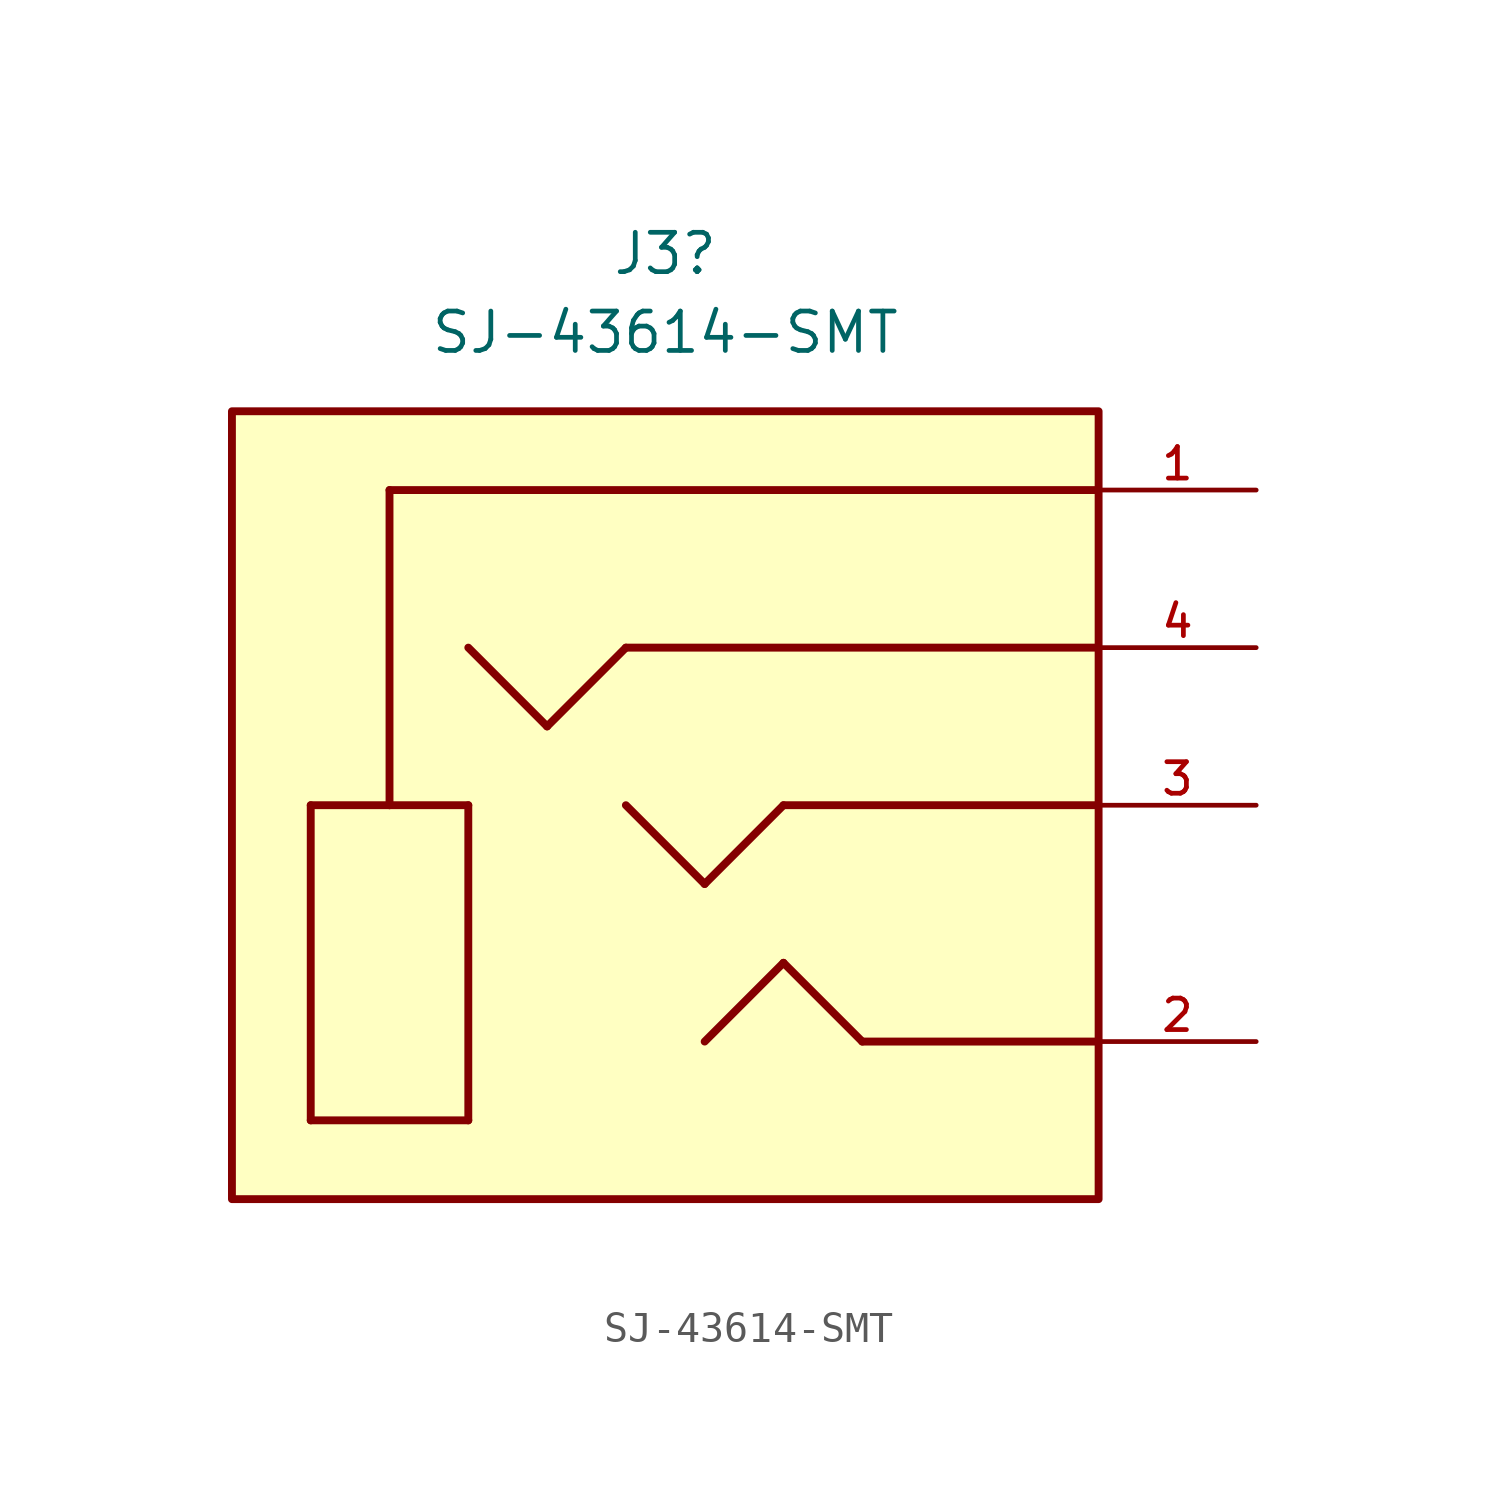
<source format=kicad_sym>
(kicad_symbol_lib
  (version 20231120)
  (generator "kicad_symbol_editor")
  (generator_version "8.0")
  (symbol "SJ-43614-SMT"
    (pin_names
      (offset 1.016))
    (property "Reference" "J3"
      (at -1.27 17.78 0)
      (effects (font (size 1.27 1.27))))
    (property "Value" "SJ-43614-SMT"
      (at -1.27 15.24 0)
      (effects (font (size 1.27 1.27))))
    (symbol "SJ-43614-SMT_0_0"
      (rectangle (start -15.24 -12.7) (end 12.7 12.7) (stroke (width 0.254) (type default)) (fill (type background)))
      (polyline (pts (xy -12.7 -10.16) (xy -7.62 -10.16)) (stroke (width 0.254) (type default)) (fill (type none)))
      (polyline (pts (xy -12.7 0) (xy -12.7 -10.16)) (stroke (width 0.254) (type default)) (fill (type none)))
      (polyline (pts (xy -10.16 0) (xy -12.7 0)) (stroke (width 0.254) (type default)) (fill (type none)))
      (polyline (pts (xy -10.16 0) (xy -10.16 10.16)) (stroke (width 0.254) (type default)) (fill (type none)))
      (polyline (pts (xy -10.16 10.16) (xy 12.7 10.16)) (stroke (width 0.254) (type default)) (fill (type none)))
      (polyline (pts (xy -7.62 -10.16) (xy -7.62 0)) (stroke (width 0.254) (type default)) (fill (type none)))
      (polyline (pts (xy -7.62 0) (xy -10.16 0)) (stroke (width 0.254) (type default)) (fill (type none)))
      (polyline (pts (xy -7.62 5.08) (xy -5.08 2.54)) (stroke (width 0.254) (type default)) (fill (type none)))
      (polyline (pts (xy -5.08 2.54) (xy -2.54 5.08)) (stroke (width 0.254) (type default)) (fill (type none)))
      (polyline (pts (xy -2.54 0) (xy 0 -2.54)) (stroke (width 0.254) (type default)) (fill (type none)))
      (polyline (pts (xy -2.54 5.08) (xy 12.7 5.08)) (stroke (width 0.254) (type default)) (fill (type none)))
      (polyline (pts (xy 0 -7.62) (xy 2.54 -5.08)) (stroke (width 0.254) (type default)) (fill (type none)))
      (polyline (pts (xy 0 -2.54) (xy 2.54 0)) (stroke (width 0.254) (type default)) (fill (type none)))
      (polyline (pts (xy 2.54 -5.08) (xy 5.08 -7.62)) (stroke (width 0.254) (type default)) (fill (type none)))
      (polyline (pts (xy 2.54 0) (xy 12.7 0)) (stroke (width 0.254) (type default)) (fill (type none)))
      (polyline (pts (xy 5.08 -7.62) (xy 12.7 -7.62)) (stroke (width 0.254) (type default)) (fill (type none)))
      (pin passive line (at 17.78 10.16 180) (length 5.08) (name "~" (effects (font (size 1.016 1.016)))) (number "1" (effects (font (size 1.016 1.016)))))
      (pin passive line (at 17.78 -7.62 180) (length 5.08) (name "~" (effects (font (size 1.016 1.016)))) (number "2" (effects (font (size 1.016 1.016)))))
      (pin passive line (at 17.78 0 180) (length 5.08) (name "~" (effects (font (size 1.016 1.016)))) (number "3" (effects (font (size 1.016 1.016)))))
      (pin passive line (at 17.78 5.08 180) (length 5.08) (name "~" (effects (font (size 1.016 1.016)))) (number "4" (effects (font (size 1.016 1.016))))))))
</source>
